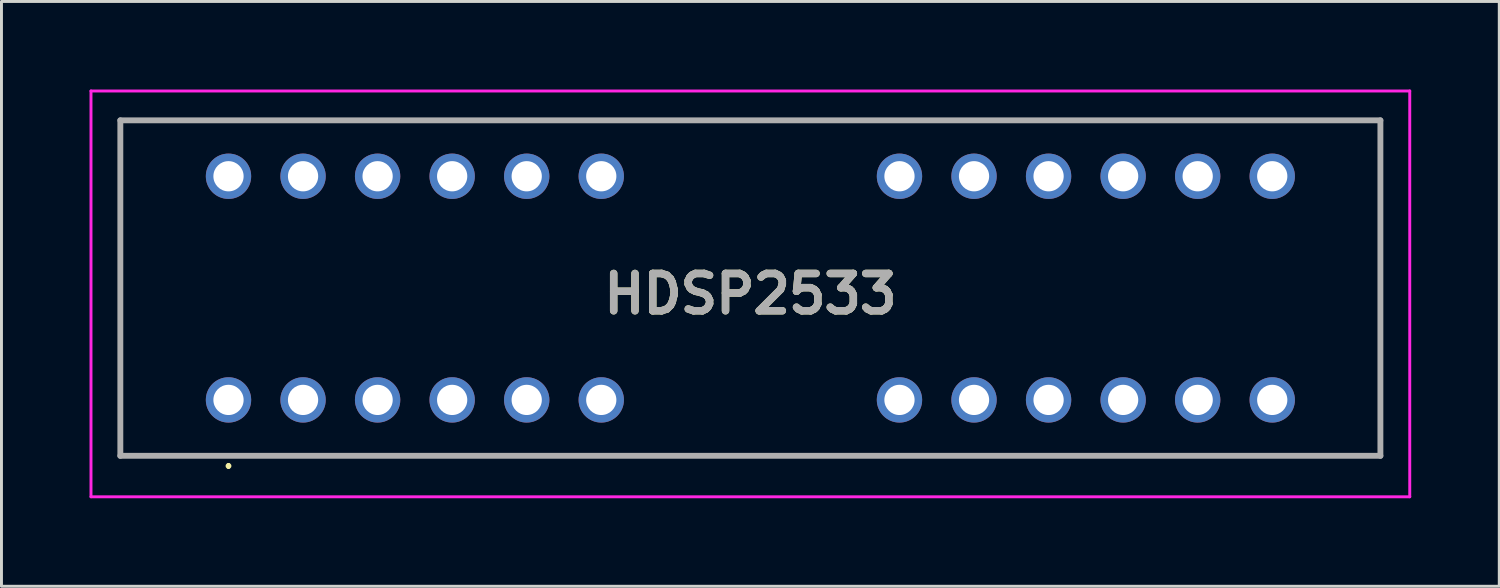
<source format=kicad_pcb>
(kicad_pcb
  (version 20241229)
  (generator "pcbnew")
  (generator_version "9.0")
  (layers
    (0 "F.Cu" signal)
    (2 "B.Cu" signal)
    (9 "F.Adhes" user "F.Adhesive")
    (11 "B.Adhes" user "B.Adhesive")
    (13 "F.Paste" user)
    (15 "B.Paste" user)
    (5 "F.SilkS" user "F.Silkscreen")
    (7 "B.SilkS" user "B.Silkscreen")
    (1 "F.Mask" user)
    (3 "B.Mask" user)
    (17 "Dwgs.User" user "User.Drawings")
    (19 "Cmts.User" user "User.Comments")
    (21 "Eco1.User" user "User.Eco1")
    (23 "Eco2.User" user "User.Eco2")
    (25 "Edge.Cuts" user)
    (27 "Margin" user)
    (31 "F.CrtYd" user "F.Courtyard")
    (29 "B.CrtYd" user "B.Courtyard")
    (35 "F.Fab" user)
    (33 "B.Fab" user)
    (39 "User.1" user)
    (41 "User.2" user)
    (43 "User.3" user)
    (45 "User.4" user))
  (footprint "HDSP2533"
    (layer "F.Cu")
    (at 4.735 10.575)
    (property "Reference" "HDSP2533" (at 17.78 -3.612 0) (layer "F.SilkS") (effects (font (size 1.27 1.27) (thickness 0.254))))
    (attr through_hole)
    (fp_line (start -3.685 -9.525) (end 39.245 -9.525) (stroke (width 0.1) (type solid)) (layer "F.SilkS"))
    (fp_line (start -3.685 1.905) (end -3.685 -9.525) (stroke (width 0.1) (type solid)) (layer "F.SilkS"))
    (fp_line (start 0 2.2) (end 0 2.2) (stroke (width 0.1) (type solid)) (layer "F.SilkS"))
    (fp_line (start 0 2.3) (end 0 2.3) (stroke (width 0.1) (type solid)) (layer "F.SilkS"))
    (fp_line (start 39.245 -9.525) (end 39.245 1.905) (stroke (width 0.1) (type solid)) (layer "F.SilkS"))
    (fp_line (start 39.245 1.905) (end -3.685 1.905) (stroke (width 0.1) (type solid)) (layer "F.SilkS"))
    (fp_arc (start 0 2.2) (mid 0.05 2.25) (end 0 2.3) (stroke (width 0.1) (type solid)) (layer "F.SilkS"))
    (fp_arc (start 0 2.3) (mid -0.05 2.25) (end 0 2.2) (stroke (width 0.1) (type solid)) (layer "F.SilkS"))
    (fp_line (start -4.685 -10.525) (end 40.245 -10.525) (stroke (width 0.1) (type solid)) (layer "F.CrtYd"))
    (fp_line (start -4.685 3.3) (end -4.685 -10.525) (stroke (width 0.1) (type solid)) (layer "F.CrtYd"))
    (fp_line (start 40.245 -10.525) (end 40.245 3.3) (stroke (width 0.1) (type solid)) (layer "F.CrtYd"))
    (fp_line (start 40.245 3.3) (end -4.685 3.3) (stroke (width 0.1) (type solid)) (layer "F.CrtYd"))
    (fp_line (start -3.685 -9.525) (end 39.245 -9.525) (stroke (width 0.2) (type solid)) (layer "F.Fab"))
    (fp_line (start -3.685 1.905) (end -3.685 -9.525) (stroke (width 0.2) (type solid)) (layer "F.Fab"))
    (fp_line (start 39.245 -9.525) (end 39.245 1.905) (stroke (width 0.2) (type solid)) (layer "F.Fab"))
    (fp_line (start 39.245 1.905) (end -3.685 1.905) (stroke (width 0.2) (type solid)) (layer "F.Fab"))
    (fp_text user "${REFERENCE}" (at 17.78 -3.612 0) (layer "F.Fab") (effects (font (size 1.27 1.27) (thickness 0.254))))
    (pad "1" thru_hole circle (at 0 0) (size 1.545 1.545) (drill 1.03) (layers "*.Cu" "*.Mask"))
    (pad "2" thru_hole circle (at 2.54 0) (size 1.545 1.545) (drill 1.03) (layers "*.Cu" "*.Mask"))
    (pad "3" thru_hole circle (at 5.08 0) (size 1.545 1.545) (drill 1.03) (layers "*.Cu" "*.Mask"))
    (pad "4" thru_hole circle (at 7.62 0) (size 1.545 1.545) (drill 1.03) (layers "*.Cu" "*.Mask"))
    (pad "5" thru_hole circle (at 10.16 0) (size 1.545 1.545) (drill 1.03) (layers "*.Cu" "*.Mask"))
    (pad "6" thru_hole circle (at 12.7 0) (size 1.545 1.545) (drill 1.03) (layers "*.Cu" "*.Mask"))
    (pad "10" thru_hole circle (at 22.86 0) (size 1.545 1.545) (drill 1.03) (layers "*.Cu" "*.Mask"))
    (pad "11" thru_hole circle (at 25.4 0) (size 1.545 1.545) (drill 1.03) (layers "*.Cu" "*.Mask"))
    (pad "12" thru_hole circle (at 27.94 0) (size 1.545 1.545) (drill 1.03) (layers "*.Cu" "*.Mask"))
    (pad "13" thru_hole circle (at 30.48 0) (size 1.545 1.545) (drill 1.03) (layers "*.Cu" "*.Mask"))
    (pad "14" thru_hole circle (at 33.02 0) (size 1.545 1.545) (drill 1.03) (layers "*.Cu" "*.Mask"))
    (pad "15" thru_hole circle (at 35.56 0) (size 1.545 1.545) (drill 1.03) (layers "*.Cu" "*.Mask"))
    (pad "16" thru_hole circle (at 35.56 -7.62) (size 1.545 1.545) (drill 1.03) (layers "*.Cu" "*.Mask"))
    (pad "17" thru_hole circle (at 33.02 -7.62) (size 1.545 1.545) (drill 1.03) (layers "*.Cu" "*.Mask"))
    (pad "18" thru_hole circle (at 30.48 -7.62) (size 1.545 1.545) (drill 1.03) (layers "*.Cu" "*.Mask"))
    (pad "19" thru_hole circle (at 27.94 -7.62) (size 1.545 1.545) (drill 1.03) (layers "*.Cu" "*.Mask"))
    (pad "20" thru_hole circle (at 25.4 -7.62) (size 1.545 1.545) (drill 1.03) (layers "*.Cu" "*.Mask"))
    (pad "21" thru_hole circle (at 22.86 -7.62) (size 1.545 1.545) (drill 1.03) (layers "*.Cu" "*.Mask"))
    (pad "25" thru_hole circle (at 12.7 -7.62) (size 1.545 1.545) (drill 1.03) (layers "*.Cu" "*.Mask"))
    (pad "26" thru_hole circle (at 10.16 -7.62) (size 1.545 1.545) (drill 1.03) (layers "*.Cu" "*.Mask"))
    (pad "27" thru_hole circle (at 7.62 -7.62) (size 1.545 1.545) (drill 1.03) (layers "*.Cu" "*.Mask"))
    (pad "28" thru_hole circle (at 5.08 -7.62) (size 1.545 1.545) (drill 1.03) (layers "*.Cu" "*.Mask"))
    (pad "29" thru_hole circle (at 2.54 -7.62) (size 1.545 1.545) (drill 1.03) (layers "*.Cu" "*.Mask"))
    (pad "30" thru_hole circle (at 0 -7.62) (size 1.545 1.545) (drill 1.03) (layers "*.Cu" "*.Mask")))
  (gr_rect
    (start -3 -3)
    (end 48.03 16.925)
    (stroke (width 0.1) (type default))
    (fill no)
    (layer "Edge.Cuts")))
</source>
